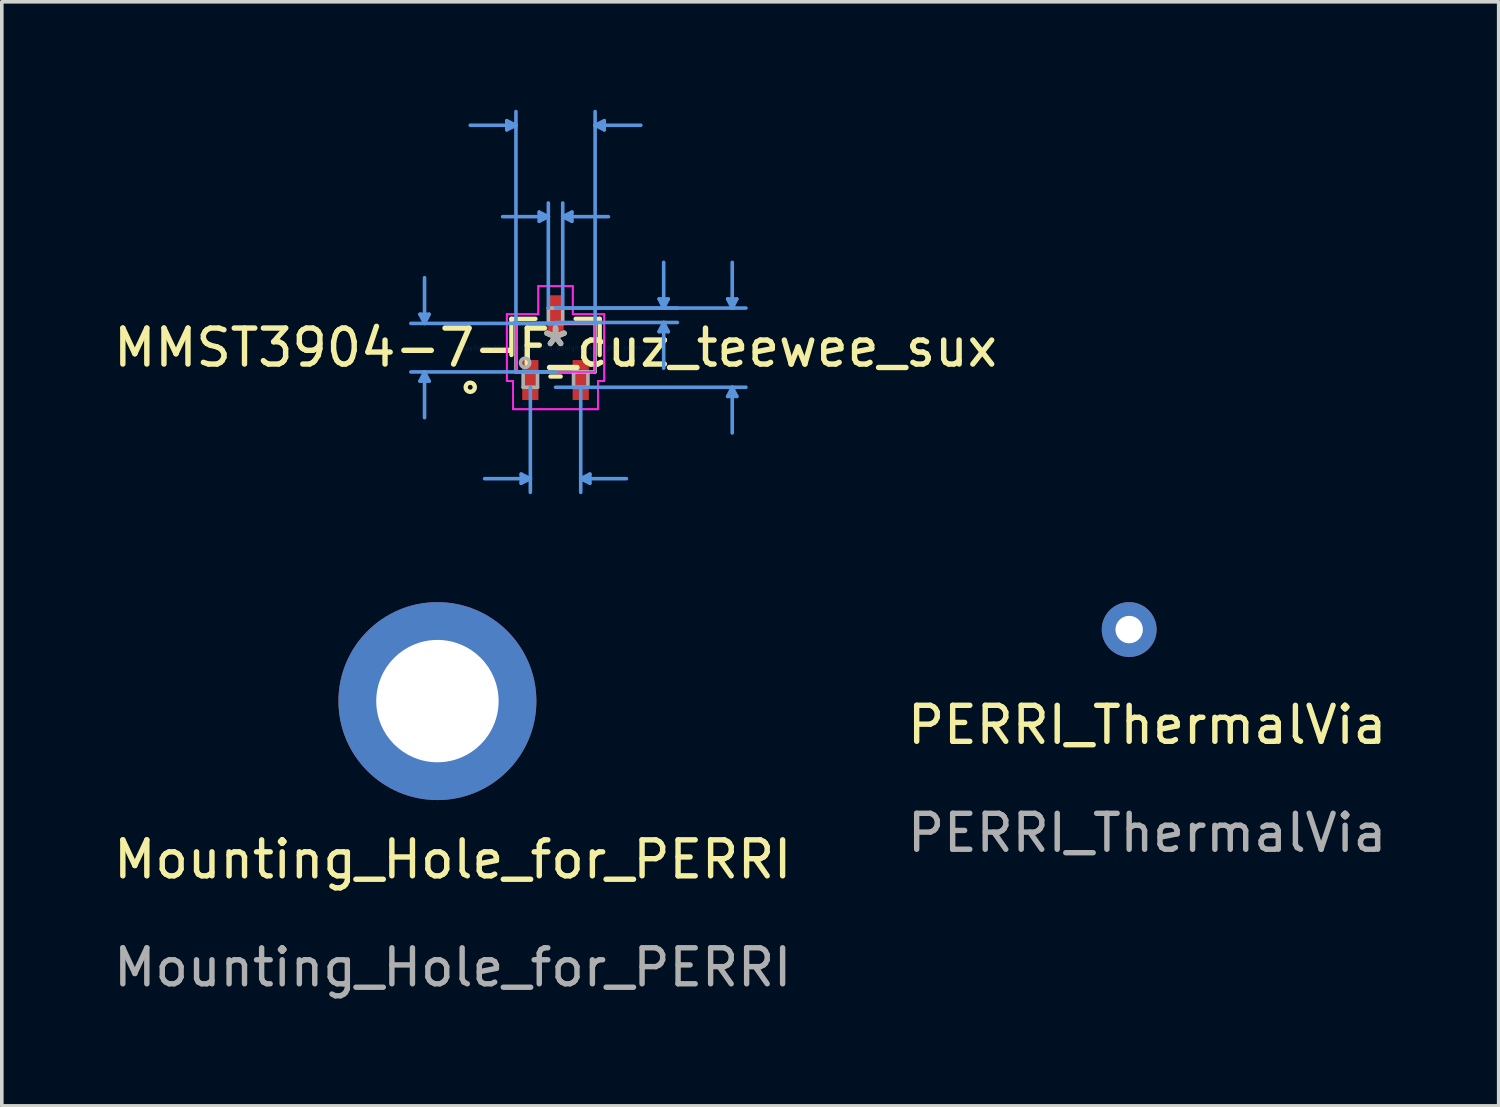
<source format=kicad_pcb>
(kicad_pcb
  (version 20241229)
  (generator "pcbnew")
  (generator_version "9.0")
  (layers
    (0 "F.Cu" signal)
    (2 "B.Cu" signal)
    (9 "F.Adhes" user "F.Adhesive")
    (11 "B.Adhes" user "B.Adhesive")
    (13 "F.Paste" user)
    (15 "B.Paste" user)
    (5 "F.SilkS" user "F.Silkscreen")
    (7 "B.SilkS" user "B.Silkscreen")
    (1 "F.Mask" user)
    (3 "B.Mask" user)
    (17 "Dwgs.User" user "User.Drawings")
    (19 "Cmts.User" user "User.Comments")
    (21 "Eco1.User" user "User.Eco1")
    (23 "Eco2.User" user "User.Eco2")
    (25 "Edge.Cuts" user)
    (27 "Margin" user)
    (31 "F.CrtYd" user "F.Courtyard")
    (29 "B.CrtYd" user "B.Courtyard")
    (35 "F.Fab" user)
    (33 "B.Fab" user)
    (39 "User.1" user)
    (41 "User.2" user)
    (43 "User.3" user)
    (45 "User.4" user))
  (footprint "MMST3904-7-F_cuz_teewee_sux"
    (layer "F.Cu")
    (at 12.387 6.611)
    (property "Reference" "MMST3904-7-F_cuz_teewee_sux" (at 0 0 0) (layer "F.SilkS") (effects (font (size 1 1) (thickness 0.15))))
    (attr through_hole)
    (fp_line (start -1.227 -0.802) (end -1.227 0.204) (stroke (width 0.12) (type solid)) (layer "F.SilkS"))
    (fp_line (start -0.558 -0.802) (end -1.227 -0.802) (stroke (width 0.12) (type solid)) (layer "F.SilkS"))
    (fp_line (start -0.142 0.802) (end 0.142 0.802) (stroke (width 0.12) (type solid)) (layer "F.SilkS"))
    (fp_line (start 1.227 -0.802) (end 0.558 -0.802) (stroke (width 0.12) (type solid)) (layer "F.SilkS"))
    (fp_line (start 1.227 0.204) (end 1.227 -0.802) (stroke (width 0.12) (type solid)) (layer "F.SilkS"))
    (fp_circle (center -2.37 1.1) (end -2.243 1.1) (stroke (width 0.12) (type solid)) (fill no) (layer "F.SilkS"))
    (fp_line (start -3.767 -0.929) (end -3.513 -0.929) (stroke (width 0.1) (type solid)) (layer "Cmts.User"))
    (fp_line (start -3.767 0.929) (end -3.513 0.929) (stroke (width 0.1) (type solid)) (layer "Cmts.User"))
    (fp_line (start -3.64 -0.675) (end -3.767 -0.929) (stroke (width 0.1) (type solid)) (layer "Cmts.User"))
    (fp_line (start -3.64 -0.675) (end -3.64 -1.945) (stroke (width 0.1) (type solid)) (layer "Cmts.User"))
    (fp_line (start -3.64 -0.675) (end -3.513 -0.929) (stroke (width 0.1) (type solid)) (layer "Cmts.User"))
    (fp_line (start -3.64 0.675) (end -3.767 0.929) (stroke (width 0.1) (type solid)) (layer "Cmts.User"))
    (fp_line (start -3.64 0.675) (end -3.64 1.945) (stroke (width 0.1) (type solid)) (layer "Cmts.User"))
    (fp_line (start -3.64 0.675) (end -3.513 0.929) (stroke (width 0.1) (type solid)) (layer "Cmts.User"))
    (fp_line (start -1.354 -6.307) (end -1.354 -6.053) (stroke (width 0.1) (type solid)) (layer "Cmts.User"))
    (fp_line (start -1.1 -6.18) (end -2.37 -6.18) (stroke (width 0.1) (type solid)) (layer "Cmts.User"))
    (fp_line (start -1.1 -6.18) (end -1.354 -6.307) (stroke (width 0.1) (type solid)) (layer "Cmts.User"))
    (fp_line (start -1.1 -6.18) (end -1.354 -6.053) (stroke (width 0.1) (type solid)) (layer "Cmts.User"))
    (fp_line (start -1.1 -0.675) (end -1.1 -6.561) (stroke (width 0.1) (type solid)) (layer "Cmts.User"))
    (fp_line (start -0.954 3.513) (end -0.954 3.767) (stroke (width 0.1) (type solid)) (layer "Cmts.User"))
    (fp_line (start -0.7 1.1) (end -0.7 4.021) (stroke (width 0.1) (type solid)) (layer "Cmts.User"))
    (fp_line (start -0.7 3.64) (end -1.97 3.64) (stroke (width 0.1) (type solid)) (layer "Cmts.User"))
    (fp_line (start -0.7 3.64) (end -0.954 3.513) (stroke (width 0.1) (type solid)) (layer "Cmts.User"))
    (fp_line (start -0.7 3.64) (end -0.954 3.767) (stroke (width 0.1) (type solid)) (layer "Cmts.User"))
    (fp_line (start -0.454 -3.767) (end -0.454 -3.513) (stroke (width 0.1) (type solid)) (layer "Cmts.User"))
    (fp_line (start -0.2 -3.64) (end -1.47 -3.64) (stroke (width 0.1) (type solid)) (layer "Cmts.User"))
    (fp_line (start -0.2 -3.64) (end -0.454 -3.767) (stroke (width 0.1) (type solid)) (layer "Cmts.User"))
    (fp_line (start -0.2 -3.64) (end -0.454 -3.513) (stroke (width 0.1) (type solid)) (layer "Cmts.User"))
    (fp_line (start -0.2 -1.1) (end -0.2 -4.021) (stroke (width 0.1) (type solid)) (layer "Cmts.User"))
    (fp_line (start 0 -1.1) (end 3.386 -1.1) (stroke (width 0.1) (type solid)) (layer "Cmts.User"))
    (fp_line (start 0 -1.1) (end 5.291 -1.1) (stroke (width 0.1) (type solid)) (layer "Cmts.User"))
    (fp_line (start 0 -0.7) (end 3.386 -0.7) (stroke (width 0.1) (type solid)) (layer "Cmts.User"))
    (fp_line (start 0 -0.675) (end -4.021 -0.675) (stroke (width 0.1) (type solid)) (layer "Cmts.User"))
    (fp_line (start 0 0.675) (end -4.021 0.675) (stroke (width 0.1) (type solid)) (layer "Cmts.User"))
    (fp_line (start 0 1.1) (end 5.291 1.1) (stroke (width 0.1) (type solid)) (layer "Cmts.User"))
    (fp_line (start 0.2 -3.64) (end 0.454 -3.767) (stroke (width 0.1) (type solid)) (layer "Cmts.User"))
    (fp_line (start 0.2 -3.64) (end 0.454 -3.513) (stroke (width 0.1) (type solid)) (layer "Cmts.User"))
    (fp_line (start 0.2 -3.64) (end 1.47 -3.64) (stroke (width 0.1) (type solid)) (layer "Cmts.User"))
    (fp_line (start 0.2 -1.1) (end 0.2 -4.021) (stroke (width 0.1) (type solid)) (layer "Cmts.User"))
    (fp_line (start 0.454 -3.767) (end 0.454 -3.513) (stroke (width 0.1) (type solid)) (layer "Cmts.User"))
    (fp_line (start 0.7 1.1) (end 0.7 4.021) (stroke (width 0.1) (type solid)) (layer "Cmts.User"))
    (fp_line (start 0.7 3.64) (end 0.954 3.513) (stroke (width 0.1) (type solid)) (layer "Cmts.User"))
    (fp_line (start 0.7 3.64) (end 0.954 3.767) (stroke (width 0.1) (type solid)) (layer "Cmts.User"))
    (fp_line (start 0.7 3.64) (end 1.97 3.64) (stroke (width 0.1) (type solid)) (layer "Cmts.User"))
    (fp_line (start 0.954 3.513) (end 0.954 3.767) (stroke (width 0.1) (type solid)) (layer "Cmts.User"))
    (fp_line (start 1.1 -6.18) (end 1.354 -6.307) (stroke (width 0.1) (type solid)) (layer "Cmts.User"))
    (fp_line (start 1.1 -6.18) (end 1.354 -6.053) (stroke (width 0.1) (type solid)) (layer "Cmts.User"))
    (fp_line (start 1.1 -6.18) (end 2.37 -6.18) (stroke (width 0.1) (type solid)) (layer "Cmts.User"))
    (fp_line (start 1.1 -0.675) (end 1.1 -6.561) (stroke (width 0.1) (type solid)) (layer "Cmts.User"))
    (fp_line (start 1.354 -6.307) (end 1.354 -6.053) (stroke (width 0.1) (type solid)) (layer "Cmts.User"))
    (fp_line (start 2.878 -1.354) (end 3.132 -1.354) (stroke (width 0.1) (type solid)) (layer "Cmts.User"))
    (fp_line (start 2.878 -0.446) (end 3.132 -0.446) (stroke (width 0.1) (type solid)) (layer "Cmts.User"))
    (fp_line (start 3.005 -1.1) (end 2.878 -1.354) (stroke (width 0.1) (type solid)) (layer "Cmts.User"))
    (fp_line (start 3.005 -1.1) (end 3.005 -2.37) (stroke (width 0.1) (type solid)) (layer "Cmts.User"))
    (fp_line (start 3.005 -1.1) (end 3.132 -1.354) (stroke (width 0.1) (type solid)) (layer "Cmts.User"))
    (fp_line (start 3.005 -0.7) (end 2.878 -0.446) (stroke (width 0.1) (type solid)) (layer "Cmts.User"))
    (fp_line (start 3.005 -0.7) (end 3.005 0.57) (stroke (width 0.1) (type solid)) (layer "Cmts.User"))
    (fp_line (start 3.005 -0.7) (end 3.132 -0.446) (stroke (width 0.1) (type solid)) (layer "Cmts.User"))
    (fp_line (start 4.783 -1.354) (end 5.037 -1.354) (stroke (width 0.1) (type solid)) (layer "Cmts.User"))
    (fp_line (start 4.783 1.354) (end 5.037 1.354) (stroke (width 0.1) (type solid)) (layer "Cmts.User"))
    (fp_line (start 4.91 -1.1) (end 4.783 -1.354) (stroke (width 0.1) (type solid)) (layer "Cmts.User"))
    (fp_line (start 4.91 -1.1) (end 4.91 -2.37) (stroke (width 0.1) (type solid)) (layer "Cmts.User"))
    (fp_line (start 4.91 -1.1) (end 5.037 -1.354) (stroke (width 0.1) (type solid)) (layer "Cmts.User"))
    (fp_line (start 4.91 1.1) (end 4.783 1.354) (stroke (width 0.1) (type solid)) (layer "Cmts.User"))
    (fp_line (start 4.91 1.1) (end 4.91 2.37) (stroke (width 0.1) (type solid)) (layer "Cmts.User"))
    (fp_line (start 4.91 1.1) (end 5.037 1.354) (stroke (width 0.1) (type solid)) (layer "Cmts.User"))
    (fp_line (start -1.354 -0.929) (end -0.479 -0.929) (stroke (width 0.05) (type solid)) (layer "F.CrtYd"))
    (fp_line (start -1.354 -0.929) (end -0.479 -0.929) (stroke (width 0.05) (type solid)) (layer "F.CrtYd"))
    (fp_line (start -1.354 0.929) (end -1.354 -0.929) (stroke (width 0.05) (type solid)) (layer "F.CrtYd"))
    (fp_line (start -1.354 0.929) (end -1.354 -0.929) (stroke (width 0.05) (type solid)) (layer "F.CrtYd"))
    (fp_line (start -1.354 0.929) (end -1.179 0.929) (stroke (width 0.05) (type solid)) (layer "F.CrtYd"))
    (fp_line (start -1.179 0.929) (end -1.354 0.929) (stroke (width 0.05) (type solid)) (layer "F.CrtYd"))
    (fp_line (start -1.179 0.929) (end -1.179 1.71) (stroke (width 0.05) (type solid)) (layer "F.CrtYd"))
    (fp_line (start -1.179 1.71) (end -1.179 0.929) (stroke (width 0.05) (type solid)) (layer "F.CrtYd"))
    (fp_line (start -1.179 1.71) (end 1.179 1.71) (stroke (width 0.05) (type solid)) (layer "F.CrtYd"))
    (fp_line (start -1.1 -0.675) (end 1.1 -0.675) (stroke (width 0.05) (type solid)) (layer "F.CrtYd"))
    (fp_line (start -1.1 0.675) (end -1.1 -0.675) (stroke (width 0.05) (type solid)) (layer "F.CrtYd"))
    (fp_line (start -0.479 -1.71) (end 0.479 -1.71) (stroke (width 0.05) (type solid)) (layer "F.CrtYd"))
    (fp_line (start -0.479 -1.71) (end 0.479 -1.71) (stroke (width 0.05) (type solid)) (layer "F.CrtYd"))
    (fp_line (start -0.479 -0.929) (end -0.479 -1.71) (stroke (width 0.05) (type solid)) (layer "F.CrtYd"))
    (fp_line (start -0.479 -0.929) (end -0.479 -1.71) (stroke (width 0.05) (type solid)) (layer "F.CrtYd"))
    (fp_line (start 0.479 -1.71) (end 0.479 -0.929) (stroke (width 0.05) (type solid)) (layer "F.CrtYd"))
    (fp_line (start 0.479 -0.929) (end 0.479 -1.71) (stroke (width 0.05) (type solid)) (layer "F.CrtYd"))
    (fp_line (start 0.479 -0.929) (end 1.354 -0.929) (stroke (width 0.05) (type solid)) (layer "F.CrtYd"))
    (fp_line (start 1.1 -0.675) (end 1.1 0.675) (stroke (width 0.05) (type solid)) (layer "F.CrtYd"))
    (fp_line (start 1.1 0.675) (end -1.1 0.675) (stroke (width 0.05) (type solid)) (layer "F.CrtYd"))
    (fp_line (start 1.179 0.929) (end 1.179 1.71) (stroke (width 0.05) (type solid)) (layer "F.CrtYd"))
    (fp_line (start 1.179 0.929) (end 1.179 1.71) (stroke (width 0.05) (type solid)) (layer "F.CrtYd"))
    (fp_line (start 1.179 1.71) (end -1.179 1.71) (stroke (width 0.05) (type solid)) (layer "F.CrtYd"))
    (fp_line (start 1.354 -0.929) (end 0.479 -0.929) (stroke (width 0.05) (type solid)) (layer "F.CrtYd"))
    (fp_line (start 1.354 -0.929) (end 1.354 0.929) (stroke (width 0.05) (type solid)) (layer "F.CrtYd"))
    (fp_line (start 1.354 -0.929) (end 1.354 0.929) (stroke (width 0.05) (type solid)) (layer "F.CrtYd"))
    (fp_line (start 1.354 0.929) (end 1.179 0.929) (stroke (width 0.05) (type solid)) (layer "F.CrtYd"))
    (fp_line (start 1.354 0.929) (end 1.179 0.929) (stroke (width 0.05) (type solid)) (layer "F.CrtYd"))
    (fp_line (start -1.1 -0.675) (end -1.1 0.675) (stroke (width 0.1) (type solid)) (layer "F.Fab"))
    (fp_line (start -1.1 0.675) (end 1.1 0.675) (stroke (width 0.1) (type solid)) (layer "F.Fab"))
    (fp_line (start -0.9 0.675) (end -0.9 1.1) (stroke (width 0.1) (type solid)) (layer "F.Fab"))
    (fp_line (start -0.9 1.1) (end -0.5 1.1) (stroke (width 0.1) (type solid)) (layer "F.Fab"))
    (fp_line (start -0.5 0.675) (end -0.9 0.675) (stroke (width 0.1) (type solid)) (layer "F.Fab"))
    (fp_line (start -0.5 1.1) (end -0.5 0.675) (stroke (width 0.1) (type solid)) (layer "F.Fab"))
    (fp_line (start -0.2 -1.1) (end -0.2 -0.675) (stroke (width 0.1) (type solid)) (layer "F.Fab"))
    (fp_line (start -0.2 -0.675) (end 0.2 -0.675) (stroke (width 0.1) (type solid)) (layer "F.Fab"))
    (fp_line (start 0.2 -1.1) (end -0.2 -1.1) (stroke (width 0.1) (type solid)) (layer "F.Fab"))
    (fp_line (start 0.2 -0.675) (end 0.2 -1.1) (stroke (width 0.1) (type solid)) (layer "F.Fab"))
    (fp_line (start 0.5 0.675) (end 0.5 1.1) (stroke (width 0.1) (type solid)) (layer "F.Fab"))
    (fp_line (start 0.5 1.1) (end 0.9 1.1) (stroke (width 0.1) (type solid)) (layer "F.Fab"))
    (fp_line (start 0.9 0.675) (end 0.5 0.675) (stroke (width 0.1) (type solid)) (layer "F.Fab"))
    (fp_line (start 0.9 1.1) (end 0.9 0.675) (stroke (width 0.1) (type solid)) (layer "F.Fab"))
    (fp_line (start 1.1 -0.675) (end -1.1 -0.675) (stroke (width 0.1) (type solid)) (layer "F.Fab"))
    (fp_line (start 1.1 0.675) (end 1.1 -0.675) (stroke (width 0.1) (type solid)) (layer "F.Fab"))
    (fp_circle (center -0.846 0.421) (end -0.719 0.421) (stroke (width 0.1) (type solid)) (fill no) (layer "F.Fab"))
    (fp_text user "*" (at 0 0 0) (layer "F.SilkS") (effects (font (size 1 1) (thickness 0.15))))
    (fp_text user "Copyright 2021 Accelerated Designs. All rights reserved." (at 0 0 0) (layer "Cmts.User") (effects (font (size 0.127 0.127) (thickness 0.002))))
    (fp_text user "*" (at 0 0 0) (layer "F.Fab") (effects (font (size 1 1) (thickness 0.15))))
    (pad "1" smd rect (at -0.7 0.9) (size 0.451 1.111) (layers "F.Cu" "F.Mask" "F.Paste"))
    (pad "2" smd rect (at 0.7 0.9) (size 0.451 1.111) (layers "F.Cu" "F.Mask" "F.Paste"))
    (pad "3" smd rect (at 0 -0.9) (size 0.451 1.111) (layers "F.Cu" "F.Mask" "F.Paste")))
  (footprint "Mounting_Hole_for_PERRI"
    (layer "F.Cu")
    (at 9.53 21.332)
    (property "Reference" "Mounting_Hole_for_PERRI" (at 0 -0.5 0) (unlocked yes) (layer "F.SilkS") (effects (font (size 1 1) (thickness 0.15))))
    (attr through_hole)
    (fp_text user "${REFERENCE}" (at 0 2.5 0) (unlocked yes) (layer "F.Fab") (effects (font (size 1 1) (thickness 0.15))))
    (pad "1" thru_hole circle (at -0.425 -4.9) (size 5.5 5.5) (drill 3.4) (layers "*.Cu" "*.Mask")))
  (footprint "PERRI_ThermalVia"
    (layer "F.Cu")
    (at 28.827 17.594)
    (property "Reference" "PERRI_ThermalVia" (at 0 -0.5 0) (unlocked yes) (layer "F.SilkS") (effects (font (size 1 1) (thickness 0.15))))
    (attr through_hole)
    (fp_text user "${REFERENCE}" (at 0 2.5 0) (unlocked yes) (layer "F.Fab") (effects (font (size 1 1) (thickness 0.15))))
    (pad "1" thru_hole circle (at -0.5 -3.15) (size 1.524 1.524) (drill 0.762) (property pad_prop_heatsink) (layers "*.Cu" "*.Mask")))
  (gr_rect
    (start -3 -3)
    (end 38.595 27.68)
    (stroke (width 0.1) (type default))
    (fill no)
    (layer "Edge.Cuts")))
</source>
